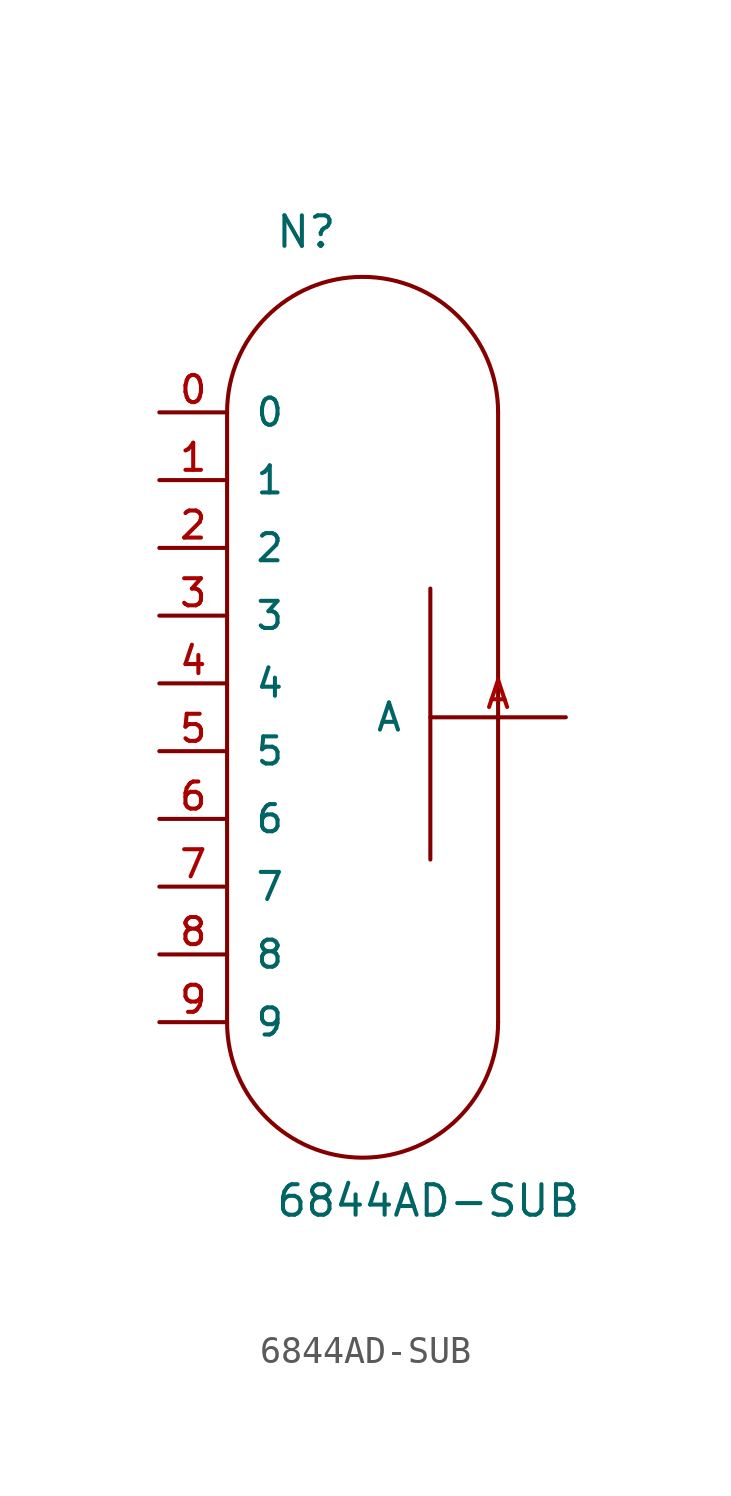
<source format=kicad_sym>
(kicad_symbol_lib
  (version 20241209)
  (generator "kicad_symbol_editor")
  (generator_version "9.0")
  (symbol "6844AD-SUB"
    (pin_names
      (offset 1.016))
    (property "Reference" "N"
      (at -38.862 41.656 0)
      (effects (font (size 1.143 1.143)) (justify left bottom)))
    (property "Value" "6844AD-SUB"
      (at -38.862 5.334 0)
      (effects (font (size 1.143 1.143)) (justify left bottom)))
    (property "ki_locked" ""
      (at 0 0 0)
      (effects (font (size 1.27 1.27))))
    (symbol "6844AD-SUB_1_0"
      (polyline (pts (xy -40.64 35.56) (xy -40.64 12.7)) (stroke (width 0) (type default)) (fill (type none)))
      (polyline (pts (xy -33.02 28.956) (xy -33.02 18.796)) (stroke (width 0) (type default)) (fill (type none)))
      (polyline (pts (xy -30.48 35.56) (xy -30.48 12.7)) (stroke (width 0) (type default)) (fill (type none))))
    (symbol "6844AD-SUB_1_1"
      (arc (start -40.64 35.56) (mid -35.56 40.6178) (end -30.48 35.56) (stroke (width 0) (type default)) (fill (type none)))
      (arc (start -30.48 12.7) (mid -35.56 7.6421) (end -40.64 12.7) (stroke (width 0) (type default)) (fill (type none)))
      (pin passive line (at -43.18 35.56 0) (length 2.54) (name "0" (effects (font (size 1.016 1.016)))) (number "0" (effects (font (size 1.016 1.016)))))
      (pin passive line (at -43.18 33.02 0) (length 2.54) (name "1" (effects (font (size 1.016 1.016)))) (number "1" (effects (font (size 1.016 1.016)))))
      (pin passive line (at -43.18 30.48 0) (length 2.54) (name "2" (effects (font (size 1.016 1.016)))) (number "2" (effects (font (size 1.016 1.016)))))
      (pin passive line (at -43.18 27.94 0) (length 2.54) (name "3" (effects (font (size 1.016 1.016)))) (number "3" (effects (font (size 1.016 1.016)))))
      (pin passive line (at -43.18 25.4 0) (length 2.54) (name "4" (effects (font (size 1.016 1.016)))) (number "4" (effects (font (size 1.016 1.016)))))
      (pin passive line (at -43.18 22.86 0) (length 2.54) (name "5" (effects (font (size 1.016 1.016)))) (number "5" (effects (font (size 1.016 1.016)))))
      (pin passive line (at -43.18 20.32 0) (length 2.54) (name "6" (effects (font (size 1.016 1.016)))) (number "6" (effects (font (size 1.016 1.016)))))
      (pin passive line (at -43.18 17.78 0) (length 2.54) (name "7" (effects (font (size 1.016 1.016)))) (number "7" (effects (font (size 1.016 1.016)))))
      (pin passive line (at -43.18 15.24 0) (length 2.54) (name "8" (effects (font (size 1.016 1.016)))) (number "8" (effects (font (size 1.016 1.016)))))
      (pin passive line (at -43.18 12.7 0) (length 2.54) (name "9" (effects (font (size 1.016 1.016)))) (number "9" (effects (font (size 1.016 1.016)))))
      (pin passive line (at -27.94 24.13 180) (length 5.08) (name "A" (effects (font (size 1.016 1.016)))) (number "A" (effects (font (size 1.016 1.016))))))))
</source>
